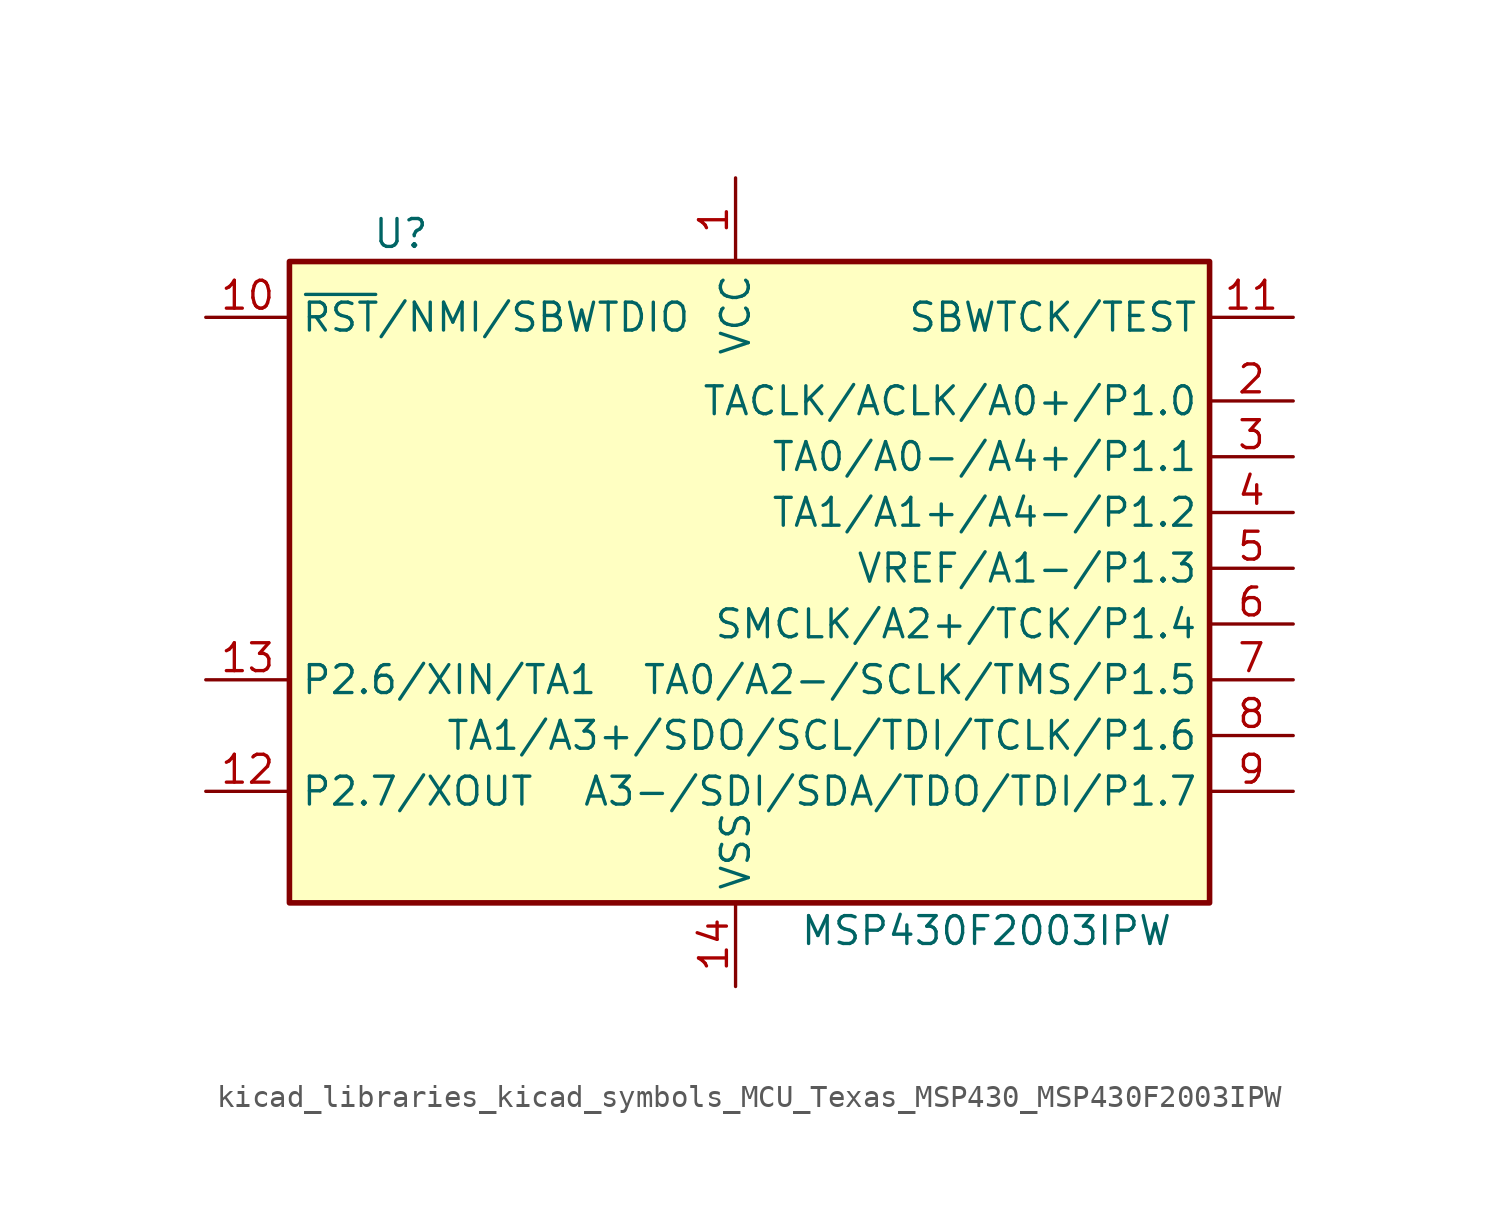
<source format=kicad_sym>
(kicad_symbol_lib
  (version 20220914)
  (generator kicad_symbol_editor)
  (symbol "kicad_libraries_kicad_symbols_MCU_Texas_MSP430_MSP430F2003IPW"
    (property "Reference" "U"
      (at -15.24 15.24 0)
      (effects (font (size 1.27 1.27))))
    (property "Value" "MSP430F2003IPW"
      (at 11.43 -16.51 0)
      (effects (font (size 1.27 1.27))))
    (symbol "kicad_libraries_kicad_symbols_MCU_Texas_MSP430_MSP430F2003IPW_0_1"
      (rectangle (start -20.32 13.97) (end 21.59 -15.24) (stroke (width 0.254) (type default)) (fill (type background))))
    (symbol "kicad_libraries_kicad_symbols_MCU_Texas_MSP430_MSP430F2003IPW_1_1"
      (pin power_in line (at 0 17.78 270) (length 3.81) (name "VCC" (effects (font (size 1.27 1.27)))) (number "1" (effects (font (size 1.27 1.27)))))
      (pin input line (at -24.13 11.43 0) (length 3.81) (name "~{RST}/NMI/SBWTDIO" (effects (font (size 1.27 1.27)))) (number "10" (effects (font (size 1.27 1.27)))))
      (pin input line (at 25.4 11.43 180) (length 3.81) (name "SBWTCK/TEST" (effects (font (size 1.27 1.27)))) (number "11" (effects (font (size 1.27 1.27)))))
      (pin bidirectional line (at -24.13 -10.16 0) (length 3.81) (name "P2.7/XOUT" (effects (font (size 1.27 1.27)))) (number "12" (effects (font (size 1.27 1.27)))))
      (pin bidirectional line (at -24.13 -5.08 0) (length 3.81) (name "P2.6/XIN/TA1" (effects (font (size 1.27 1.27)))) (number "13" (effects (font (size 1.27 1.27)))))
      (pin power_in line (at 0 -19.05 90) (length 3.81) (name "VSS" (effects (font (size 1.27 1.27)))) (number "14" (effects (font (size 1.27 1.27)))))
      (pin bidirectional line (at 25.4 7.62 180) (length 3.81) (name "TACLK/ACLK/A0+/P1.0" (effects (font (size 1.27 1.27)))) (number "2" (effects (font (size 1.27 1.27)))))
      (pin bidirectional line (at 25.4 5.08 180) (length 3.81) (name "TA0/A0-/A4+/P1.1" (effects (font (size 1.27 1.27)))) (number "3" (effects (font (size 1.27 1.27)))))
      (pin bidirectional line (at 25.4 2.54 180) (length 3.81) (name "TA1/A1+/A4-/P1.2" (effects (font (size 1.27 1.27)))) (number "4" (effects (font (size 1.27 1.27)))))
      (pin bidirectional line (at 25.4 0 180) (length 3.81) (name "VREF/A1-/P1.3" (effects (font (size 1.27 1.27)))) (number "5" (effects (font (size 1.27 1.27)))))
      (pin bidirectional line (at 25.4 -2.54 180) (length 3.81) (name "SMCLK/A2+/TCK/P1.4" (effects (font (size 1.27 1.27)))) (number "6" (effects (font (size 1.27 1.27)))))
      (pin bidirectional line (at 25.4 -5.08 180) (length 3.81) (name "TA0/A2-/SCLK/TMS/P1.5" (effects (font (size 1.27 1.27)))) (number "7" (effects (font (size 1.27 1.27)))))
      (pin bidirectional line (at 25.4 -7.62 180) (length 3.81) (name "TA1/A3+/SDO/SCL/TDI/TCLK/P1.6" (effects (font (size 1.27 1.27)))) (number "8" (effects (font (size 1.27 1.27)))))
      (pin bidirectional line (at 25.4 -10.16 180) (length 3.81) (name "A3-/SDI/SDA/TDO/TDI/P1.7" (effects (font (size 1.27 1.27)))) (number "9" (effects (font (size 1.27 1.27))))))))
</source>
